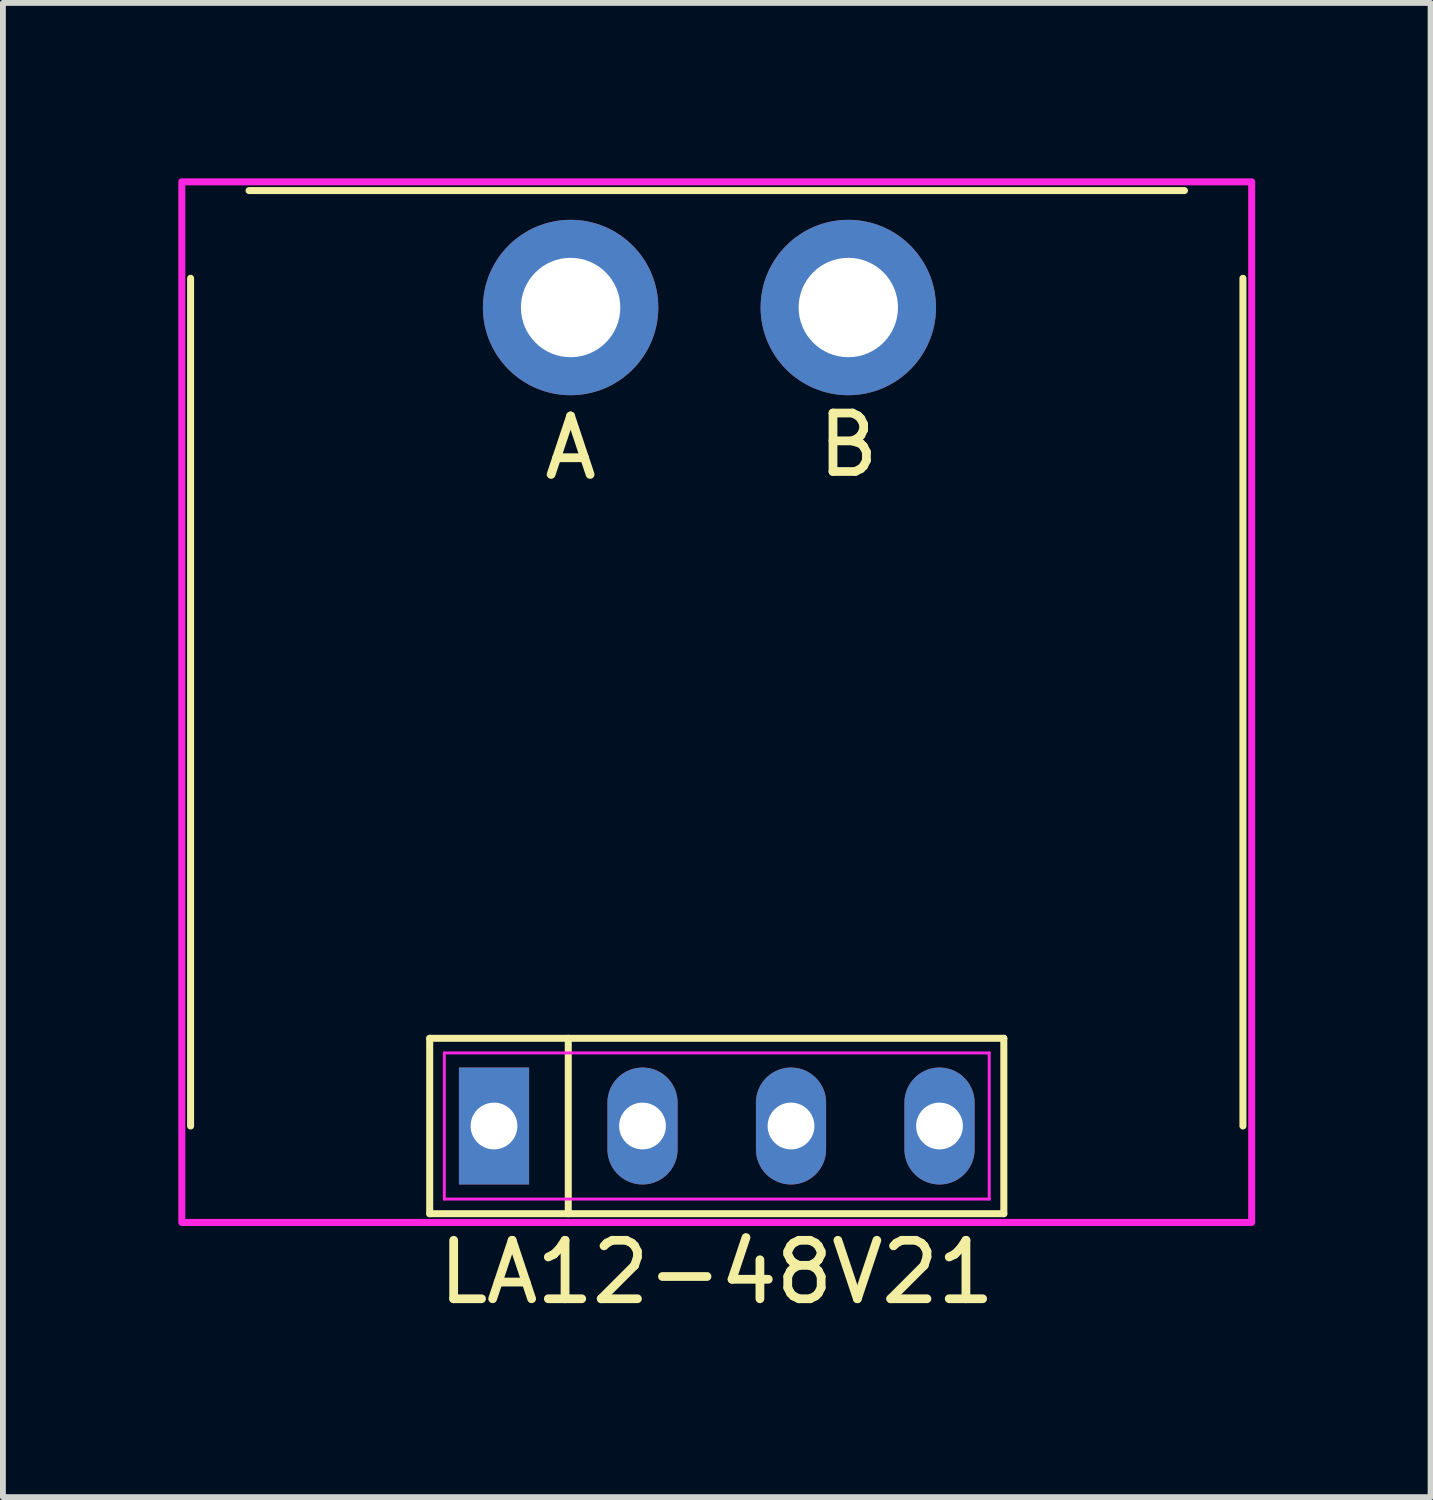
<source format=kicad_pcb>
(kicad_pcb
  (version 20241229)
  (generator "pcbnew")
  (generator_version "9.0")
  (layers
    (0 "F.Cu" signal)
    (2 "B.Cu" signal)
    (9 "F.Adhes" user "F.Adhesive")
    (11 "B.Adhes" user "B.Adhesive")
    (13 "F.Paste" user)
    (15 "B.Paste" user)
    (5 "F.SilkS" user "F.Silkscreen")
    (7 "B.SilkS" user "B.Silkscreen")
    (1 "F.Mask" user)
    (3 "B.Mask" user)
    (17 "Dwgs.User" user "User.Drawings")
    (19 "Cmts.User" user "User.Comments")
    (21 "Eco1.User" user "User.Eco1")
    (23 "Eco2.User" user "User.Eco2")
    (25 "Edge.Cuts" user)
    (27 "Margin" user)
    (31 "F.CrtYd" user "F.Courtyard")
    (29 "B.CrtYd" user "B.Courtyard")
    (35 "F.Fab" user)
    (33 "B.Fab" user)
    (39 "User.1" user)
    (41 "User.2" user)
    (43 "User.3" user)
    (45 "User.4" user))
  (footprint "LA12-48V21"
    (layer "F.Cu")
    (at 9.21 16.21)
    (property "Reference" "LA12-48V21" (at 0 2.5 0) (layer "F.SilkS") (effects (font (size 1 1) (thickness 0.15))))
    (fp_line (start -9 0) (end -9 -14.5) (stroke (width 0.12) (type solid)) (layer "F.SilkS"))
    (fp_line (start -8 -16) (end 8 -16) (stroke (width 0.12) (type solid)) (layer "F.SilkS"))
    (fp_line (start -4.91 -1.5) (end 4.91 -1.5) (stroke (width 0.12) (type solid)) (layer "F.SilkS"))
    (fp_line (start -4.91 1.5) (end -4.91 -1.5) (stroke (width 0.12) (type solid)) (layer "F.SilkS"))
    (fp_line (start -2.54 -1.5) (end -2.54 1.5) (stroke (width 0.12) (type solid)) (layer "F.SilkS"))
    (fp_line (start 4.91 -1.5) (end 4.91 1.5) (stroke (width 0.12) (type solid)) (layer "F.SilkS"))
    (fp_line (start 4.91 1.5) (end -4.91 1.5) (stroke (width 0.12) (type solid)) (layer "F.SilkS"))
    (fp_line (start 9 -14.5) (end 9 0) (stroke (width 0.12) (type solid)) (layer "F.SilkS"))
    (fp_line (start -4.66 -1.25) (end 4.66 -1.25) (stroke (width 0.05) (type solid)) (layer "F.CrtYd"))
    (fp_line (start -4.66 1.25) (end -4.66 -1.25) (stroke (width 0.05) (type solid)) (layer "F.CrtYd"))
    (fp_line (start 4.66 -1.25) (end 4.66 1.25) (stroke (width 0.05) (type solid)) (layer "F.CrtYd"))
    (fp_line (start 4.66 1.25) (end -4.66 1.25) (stroke (width 0.05) (type solid)) (layer "F.CrtYd"))
    (fp_rect (start -9.15 -16.15) (end 9.15 1.65) (stroke (width 0.12) (type solid)) (fill no) (layer "F.CrtYd"))
    (fp_text user "A" (at -2.5 -11.6 0) (unlocked yes) (layer "F.SilkS") (effects (font (size 1 1) (thickness 0.15))))
    (fp_text user "B" (at 2.25 -11.65 0) (unlocked yes) (layer "F.SilkS") (effects (font (size 1 1) (thickness 0.15))))
    (pad "1" thru_hole rect (at -3.81 0) (size 1.2 2) (drill 0.8) (layers "*.Cu" "*.Mask"))
    (pad "2" thru_hole oval (at -1.27 0) (size 1.2 2) (drill 0.8) (layers "*.Cu" "*.Mask"))
    (pad "3" thru_hole oval (at 1.27 0) (size 1.2 2) (drill 0.8) (layers "*.Cu" "*.Mask"))
    (pad "4" thru_hole oval (at 3.81 0) (size 1.2 2) (drill 0.8) (layers "*.Cu" "*.Mask"))
    (pad "A" thru_hole circle (at -2.5 -14) (size 3 3) (drill 1.7) (layers "*.Cu" "*.Mask"))
    (pad "B" thru_hole circle (at 2.25 -14) (size 3 3) (drill 1.7) (layers "*.Cu" "*.Mask")))
  (gr_rect
    (start -3 -3)
    (end 21.42 22.558)
    (stroke (width 0.1) (type default))
    (fill no)
    (layer "Edge.Cuts")))
</source>
